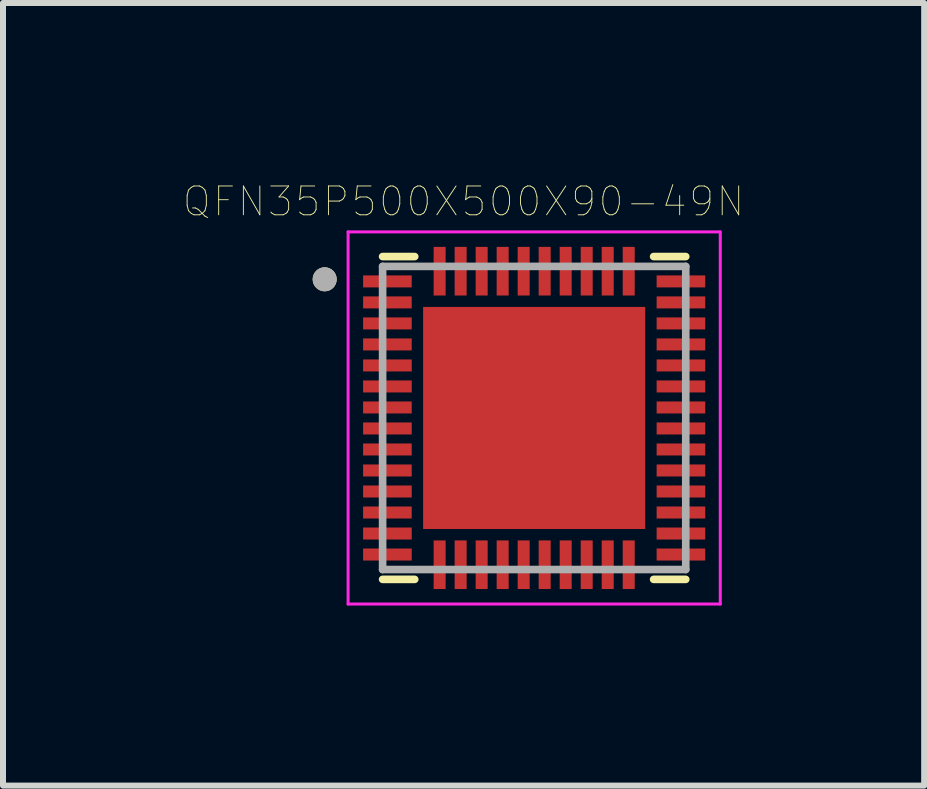
<source format=kicad_pcb>
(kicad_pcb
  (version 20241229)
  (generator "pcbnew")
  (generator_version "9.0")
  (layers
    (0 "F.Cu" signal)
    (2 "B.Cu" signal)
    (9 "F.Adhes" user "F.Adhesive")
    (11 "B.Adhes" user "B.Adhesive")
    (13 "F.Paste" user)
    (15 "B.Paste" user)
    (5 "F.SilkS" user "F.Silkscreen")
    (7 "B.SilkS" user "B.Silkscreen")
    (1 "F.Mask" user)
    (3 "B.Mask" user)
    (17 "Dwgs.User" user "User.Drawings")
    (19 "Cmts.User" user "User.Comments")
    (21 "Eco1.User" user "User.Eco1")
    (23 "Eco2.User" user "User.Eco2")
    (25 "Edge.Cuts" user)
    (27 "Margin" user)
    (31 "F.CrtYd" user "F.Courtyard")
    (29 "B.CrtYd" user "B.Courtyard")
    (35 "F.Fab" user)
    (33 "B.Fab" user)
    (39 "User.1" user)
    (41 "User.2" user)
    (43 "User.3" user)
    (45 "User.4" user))
  (footprint "QFN35P500X500X90-49N"
    (layer "F.Cu")
    (at 5.849 3.913)
    (property "Reference" "QFN35P500X500X90-49N" (at -1.176 -3.606 0) (layer "F.SilkS") (effects (font (size 0.48 0.48) (thickness 0.015))))
    (attr through_hole)
    (fp_line (start -2.525 -2.689) (end -1.99 -2.689) (stroke (width 0.127) (type solid)) (layer "F.SilkS"))
    (fp_line (start -2.525 2.689) (end -1.99 2.689) (stroke (width 0.127) (type solid)) (layer "F.SilkS"))
    (fp_line (start 2.525 -2.689) (end 1.99 -2.689) (stroke (width 0.127) (type solid)) (layer "F.SilkS"))
    (fp_line (start 2.525 2.689) (end 1.99 2.689) (stroke (width 0.127) (type solid)) (layer "F.SilkS"))
    (fp_circle (center -3.49 -2.31) (end -3.39 -2.31) (stroke (width 0.2) (type solid)) (fill no) (layer "F.SilkS"))
    (fp_poly (pts (xy -1.49 -1.49) (xy -0.18 -1.49) (xy -0.18 -0.18) (xy -1.49 -0.18)) (stroke (width 0.01) (type solid)) (fill yes) (layer "F.Paste"))
    (fp_poly (pts (xy -1.49 0.18) (xy -0.18 0.18) (xy -0.18 1.49) (xy -1.49 1.49)) (stroke (width 0.01) (type solid)) (fill yes) (layer "F.Paste"))
    (fp_poly (pts (xy 0.18 -1.49) (xy 1.49 -1.49) (xy 1.49 -0.18) (xy 0.18 -0.18)) (stroke (width 0.01) (type solid)) (fill yes) (layer "F.Paste"))
    (fp_poly (pts (xy 0.18 0.18) (xy 1.49 0.18) (xy 1.49 1.49) (xy 0.18 1.49)) (stroke (width 0.01) (type solid)) (fill yes) (layer "F.Paste"))
    (fp_line (start -3.1 -3.1) (end 3.1 -3.1) (stroke (width 0.05) (type solid)) (layer "F.CrtYd"))
    (fp_line (start -3.1 3.1) (end -3.1 -3.1) (stroke (width 0.05) (type solid)) (layer "F.CrtYd"))
    (fp_line (start 3.1 -3.1) (end 3.1 3.1) (stroke (width 0.05) (type solid)) (layer "F.CrtYd"))
    (fp_line (start 3.1 3.1) (end -3.1 3.1) (stroke (width 0.05) (type solid)) (layer "F.CrtYd"))
    (fp_line (start -2.525 -2.525) (end -2.525 2.525) (stroke (width 0.127) (type solid)) (layer "F.Fab"))
    (fp_line (start -2.525 2.525) (end 2.525 2.525) (stroke (width 0.127) (type solid)) (layer "F.Fab"))
    (fp_line (start 2.525 -2.525) (end -2.525 -2.525) (stroke (width 0.127) (type solid)) (layer "F.Fab"))
    (fp_line (start 2.525 2.525) (end 2.525 -2.525) (stroke (width 0.127) (type solid)) (layer "F.Fab"))
    (fp_circle (center -3.49 -2.31) (end -3.39 -2.31) (stroke (width 0.2) (type solid)) (fill no) (layer "F.Fab"))
    (pad "1" smd rect (at -2.445 -2.275) (size 0.81 0.2) (layers "F.Cu" "F.Mask" "F.Paste"))
    (pad "2" smd rect (at -2.445 -1.925) (size 0.81 0.2) (layers "F.Cu" "F.Mask" "F.Paste"))
    (pad "3" smd rect (at -2.445 -1.575) (size 0.81 0.2) (layers "F.Cu" "F.Mask" "F.Paste"))
    (pad "4" smd rect (at -2.445 -1.225) (size 0.81 0.2) (layers "F.Cu" "F.Mask" "F.Paste"))
    (pad "5" smd rect (at -2.445 -0.875) (size 0.81 0.2) (layers "F.Cu" "F.Mask" "F.Paste"))
    (pad "6" smd rect (at -2.445 -0.525) (size 0.81 0.2) (layers "F.Cu" "F.Mask" "F.Paste"))
    (pad "7" smd rect (at -2.445 -0.175) (size 0.81 0.2) (layers "F.Cu" "F.Mask" "F.Paste"))
    (pad "8" smd rect (at -2.445 0.175) (size 0.81 0.2) (layers "F.Cu" "F.Mask" "F.Paste"))
    (pad "9" smd rect (at -2.445 0.525) (size 0.81 0.2) (layers "F.Cu" "F.Mask" "F.Paste"))
    (pad "10" smd rect (at -2.445 0.875) (size 0.81 0.2) (layers "F.Cu" "F.Mask" "F.Paste"))
    (pad "11" smd rect (at -2.445 1.225) (size 0.81 0.2) (layers "F.Cu" "F.Mask" "F.Paste"))
    (pad "12" smd rect (at -2.445 1.575) (size 0.81 0.2) (layers "F.Cu" "F.Mask" "F.Paste"))
    (pad "13" smd rect (at -2.445 1.925) (size 0.81 0.2) (layers "F.Cu" "F.Mask" "F.Paste"))
    (pad "14" smd rect (at -2.445 2.275) (size 0.81 0.2) (layers "F.Cu" "F.Mask" "F.Paste"))
    (pad "15" smd rect (at -1.575 2.445) (size 0.2 0.81) (layers "F.Cu" "F.Mask" "F.Paste"))
    (pad "16" smd rect (at -1.225 2.445) (size 0.2 0.81) (layers "F.Cu" "F.Mask" "F.Paste"))
    (pad "17" smd rect (at -0.875 2.445) (size 0.2 0.81) (layers "F.Cu" "F.Mask" "F.Paste"))
    (pad "18" smd rect (at -0.525 2.445) (size 0.2 0.81) (layers "F.Cu" "F.Mask" "F.Paste"))
    (pad "19" smd rect (at -0.175 2.445) (size 0.2 0.81) (layers "F.Cu" "F.Mask" "F.Paste"))
    (pad "20" smd rect (at 0.175 2.445) (size 0.2 0.81) (layers "F.Cu" "F.Mask" "F.Paste"))
    (pad "21" smd rect (at 0.525 2.445) (size 0.2 0.81) (layers "F.Cu" "F.Mask" "F.Paste"))
    (pad "22" smd rect (at 0.875 2.445) (size 0.2 0.81) (layers "F.Cu" "F.Mask" "F.Paste"))
    (pad "23" smd rect (at 1.225 2.445) (size 0.2 0.81) (layers "F.Cu" "F.Mask" "F.Paste"))
    (pad "24" smd rect (at 1.575 2.445) (size 0.2 0.81) (layers "F.Cu" "F.Mask" "F.Paste"))
    (pad "25" smd rect (at 2.445 2.275) (size 0.81 0.2) (layers "F.Cu" "F.Mask" "F.Paste"))
    (pad "26" smd rect (at 2.445 1.925) (size 0.81 0.2) (layers "F.Cu" "F.Mask" "F.Paste"))
    (pad "27" smd rect (at 2.445 1.575) (size 0.81 0.2) (layers "F.Cu" "F.Mask" "F.Paste"))
    (pad "28" smd rect (at 2.445 1.225) (size 0.81 0.2) (layers "F.Cu" "F.Mask" "F.Paste"))
    (pad "29" smd rect (at 2.445 0.875) (size 0.81 0.2) (layers "F.Cu" "F.Mask" "F.Paste"))
    (pad "30" smd rect (at 2.445 0.525) (size 0.81 0.2) (layers "F.Cu" "F.Mask" "F.Paste"))
    (pad "31" smd rect (at 2.445 0.175) (size 0.81 0.2) (layers "F.Cu" "F.Mask" "F.Paste"))
    (pad "32" smd rect (at 2.445 -0.175) (size 0.81 0.2) (layers "F.Cu" "F.Mask" "F.Paste"))
    (pad "33" smd rect (at 2.445 -0.525) (size 0.81 0.2) (layers "F.Cu" "F.Mask" "F.Paste"))
    (pad "34" smd rect (at 2.445 -0.875) (size 0.81 0.2) (layers "F.Cu" "F.Mask" "F.Paste"))
    (pad "35" smd rect (at 2.445 -1.225) (size 0.81 0.2) (layers "F.Cu" "F.Mask" "F.Paste"))
    (pad "36" smd rect (at 2.445 -1.575) (size 0.81 0.2) (layers "F.Cu" "F.Mask" "F.Paste"))
    (pad "37" smd rect (at 2.445 -1.925) (size 0.81 0.2) (layers "F.Cu" "F.Mask" "F.Paste"))
    (pad "38" smd rect (at 2.445 -2.275) (size 0.81 0.2) (layers "F.Cu" "F.Mask" "F.Paste"))
    (pad "39" smd rect (at 1.575 -2.445) (size 0.2 0.81) (layers "F.Cu" "F.Mask" "F.Paste"))
    (pad "40" smd rect (at 1.225 -2.445) (size 0.2 0.81) (layers "F.Cu" "F.Mask" "F.Paste"))
    (pad "41" smd rect (at 0.875 -2.445) (size 0.2 0.81) (layers "F.Cu" "F.Mask" "F.Paste"))
    (pad "42" smd rect (at 0.525 -2.445) (size 0.2 0.81) (layers "F.Cu" "F.Mask" "F.Paste"))
    (pad "43" smd rect (at 0.175 -2.445) (size 0.2 0.81) (layers "F.Cu" "F.Mask" "F.Paste"))
    (pad "44" smd rect (at -0.175 -2.445) (size 0.2 0.81) (layers "F.Cu" "F.Mask" "F.Paste"))
    (pad "45" smd rect (at -0.525 -2.445) (size 0.2 0.81) (layers "F.Cu" "F.Mask" "F.Paste"))
    (pad "46" smd rect (at -0.875 -2.445) (size 0.2 0.81) (layers "F.Cu" "F.Mask" "F.Paste"))
    (pad "47" smd rect (at -1.225 -2.445) (size 0.2 0.81) (layers "F.Cu" "F.Mask" "F.Paste"))
    (pad "48" smd rect (at -1.575 -2.445) (size 0.2 0.81) (layers "F.Cu" "F.Mask" "F.Paste"))
    (pad "49" smd rect (at 0 0) (size 3.7 3.7) (layers "F.Cu" "F.Mask")))
  (gr_rect
    (start -3 -3)
    (end 12.346 10.038)
    (stroke (width 0.1) (type default))
    (fill no)
    (layer "Edge.Cuts")))
</source>
